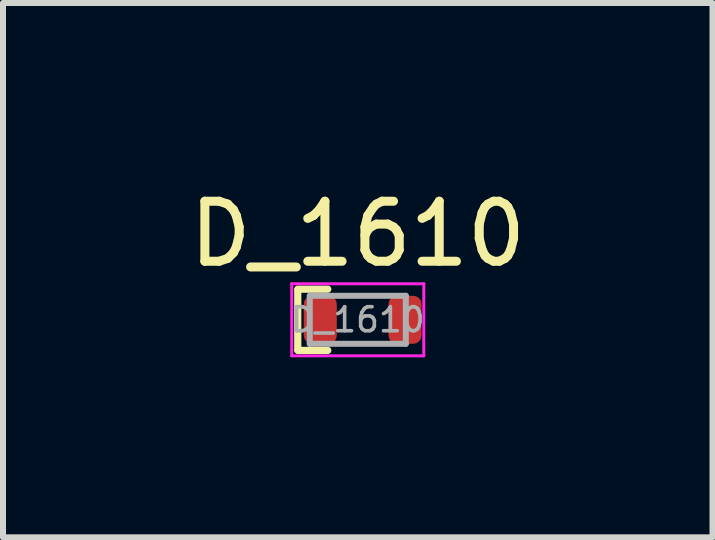
<source format=kicad_pcb>
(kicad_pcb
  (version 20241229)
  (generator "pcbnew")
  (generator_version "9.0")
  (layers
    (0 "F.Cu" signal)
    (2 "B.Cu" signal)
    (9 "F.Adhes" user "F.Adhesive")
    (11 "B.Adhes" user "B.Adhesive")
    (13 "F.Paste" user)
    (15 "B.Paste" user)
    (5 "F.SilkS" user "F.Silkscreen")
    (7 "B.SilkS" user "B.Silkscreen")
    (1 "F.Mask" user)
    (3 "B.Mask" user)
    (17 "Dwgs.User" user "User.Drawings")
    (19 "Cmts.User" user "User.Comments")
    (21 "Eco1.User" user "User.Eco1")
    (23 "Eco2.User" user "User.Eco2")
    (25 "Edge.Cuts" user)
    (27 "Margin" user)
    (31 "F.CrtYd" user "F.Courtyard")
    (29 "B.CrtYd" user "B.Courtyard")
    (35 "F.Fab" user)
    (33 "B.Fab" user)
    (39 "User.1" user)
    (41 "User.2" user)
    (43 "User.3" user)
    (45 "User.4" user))
  (footprint "D_1610"
    (layer "F.Cu")
    (at 2.911 2.278)
    (property "Reference" "D_1610" (at 0 -1.43 0) (layer "F.SilkS") (effects (font (size 1 1) (thickness 0.15))))
    (attr smd)
    (fp_line (start -1 -0.51) (end -0.5 -0.51) (stroke (width 0.12) (type solid)) (layer "F.SilkS"))
    (fp_line (start -1 -0.5) (end -1 0.5) (stroke (width 0.12) (type solid)) (layer "F.SilkS"))
    (fp_line (start -1 0.51) (end -0.5 0.51) (stroke (width 0.12) (type solid)) (layer "F.SilkS"))
    (fp_line (start -1.1 -0.6) (end 1.1 -0.6) (stroke (width 0.05) (type solid)) (layer "F.CrtYd"))
    (fp_line (start -1.1 0.6) (end -1.1 -0.6) (stroke (width 0.05) (type solid)) (layer "F.CrtYd"))
    (fp_line (start 1.1 -0.6) (end 1.1 0.6) (stroke (width 0.05) (type solid)) (layer "F.CrtYd"))
    (fp_line (start 1.1 0.6) (end -1.1 0.6) (stroke (width 0.05) (type solid)) (layer "F.CrtYd"))
    (fp_line (start -0.8 -0.4) (end 0.8 -0.4) (stroke (width 0.1) (type solid)) (layer "F.Fab"))
    (fp_line (start -0.8 0.4) (end -0.8 -0.4) (stroke (width 0.1) (type solid)) (layer "F.Fab"))
    (fp_line (start 0.8 -0.4) (end 0.8 0.4) (stroke (width 0.1) (type solid)) (layer "F.Fab"))
    (fp_line (start 0.8 0.4) (end -0.8 0.4) (stroke (width 0.1) (type solid)) (layer "F.Fab"))
    (fp_text user "${REFERENCE}" (at 0 0 0) (layer "F.Fab") (effects (font (size 0.4 0.4) (thickness 0.06))))
    (pad "1" smd roundrect (at -0.625 0) (size 0.55 0.8) (layers "F.Cu" "F.Mask" "F.Paste") (roundrect_rratio 0.25))
    (pad "2" smd roundrect (at 0.787 0) (size 0.55 0.8) (layers "F.Cu" "F.Mask" "F.Paste") (roundrect_rratio 0.25)))
  (gr_rect
    (start -3 -3)
    (end 8.821 5.903)
    (stroke (width 0.1) (type default))
    (fill no)
    (layer "Edge.Cuts")))
</source>
